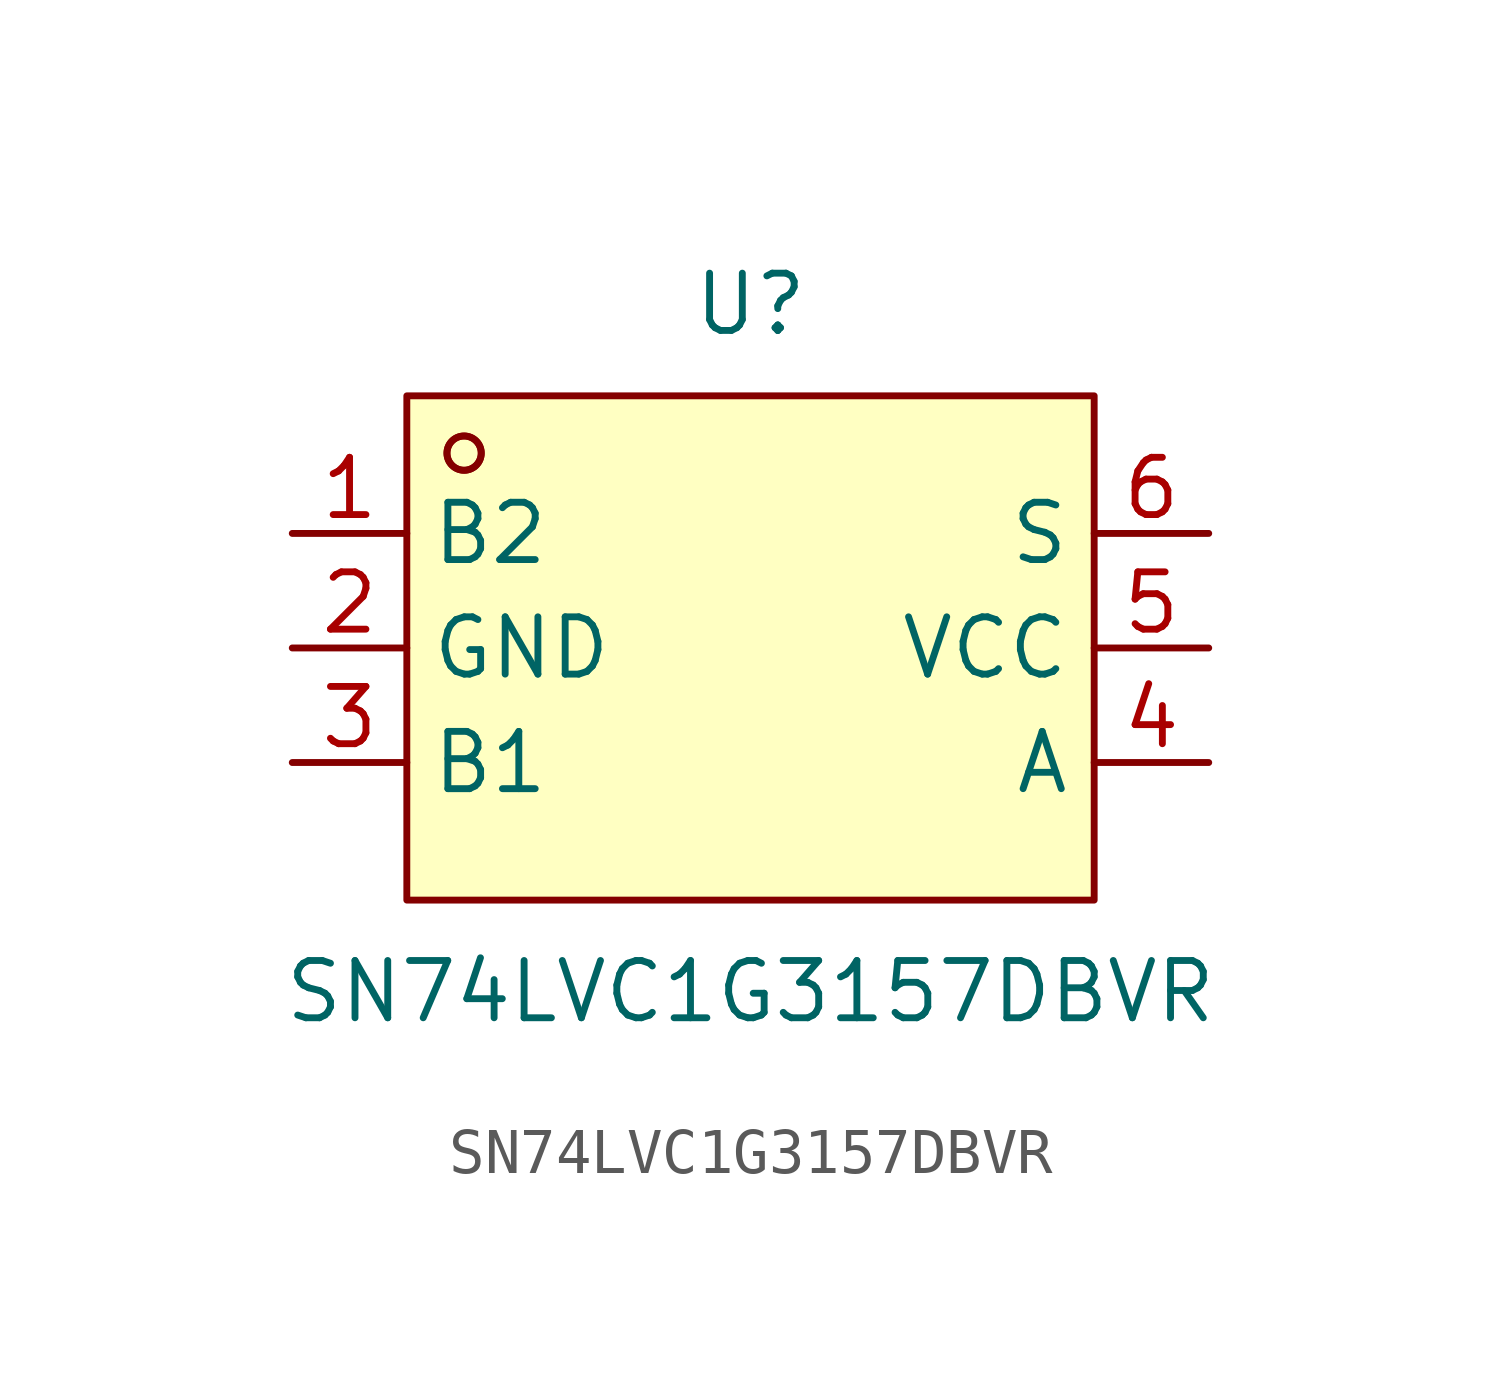
<source format=kicad_sym>
(kicad_symbol_lib
  (version 20211014)
  (generator https://github.com/uPesy/easyeda2kicad.py)
  (symbol "SN74LVC1G3157DBVR"
    (property "Reference" "U"
      (at 0 7.62 0)
      (effects (font (size 1.27 1.27))))
    (property "Value" "SN74LVC1G3157DBVR"
      (at 0 -7.62 0)
      (effects (font (size 1.27 1.27))))
    (symbol "SN74LVC1G3157DBVR_0_1"
      (rectangle (start -7.62 5.59) (end 7.62 -5.59) (stroke (width 0) (type default) (color 0 0 0 0)) (fill (type background)))
      (circle (center -6.35 4.32) (radius 0.38) (stroke (width 0) (type default) (color 0 0 0 0)) (fill (type none)))
      (circle (center -6.35 4.32) (radius 0.38) (stroke (width 0) (type default) (color 0 0 0 0)) (fill (type none)))
      (pin unspecified line (at -10.16 2.54 0) (length 2.54) (name "B2" (effects (font (size 1.27 1.27)))) (number "1" (effects (font (size 1.27 1.27)))))
      (pin unspecified line (at -10.16 -0.00 0) (length 2.54) (name "GND" (effects (font (size 1.27 1.27)))) (number "2" (effects (font (size 1.27 1.27)))))
      (pin unspecified line (at -10.16 -2.54 0) (length 2.54) (name "B1" (effects (font (size 1.27 1.27)))) (number "3" (effects (font (size 1.27 1.27)))))
      (pin unspecified line (at 10.16 -2.54 180) (length 2.54) (name "A" (effects (font (size 1.27 1.27)))) (number "4" (effects (font (size 1.27 1.27)))))
      (pin unspecified line (at 10.16 -0.00 180) (length 2.54) (name "VCC" (effects (font (size 1.27 1.27)))) (number "5" (effects (font (size 1.27 1.27)))))
      (pin unspecified line (at 10.16 2.54 180) (length 2.54) (name "S" (effects (font (size 1.27 1.27)))) (number "6" (effects (font (size 1.27 1.27))))))))
</source>
